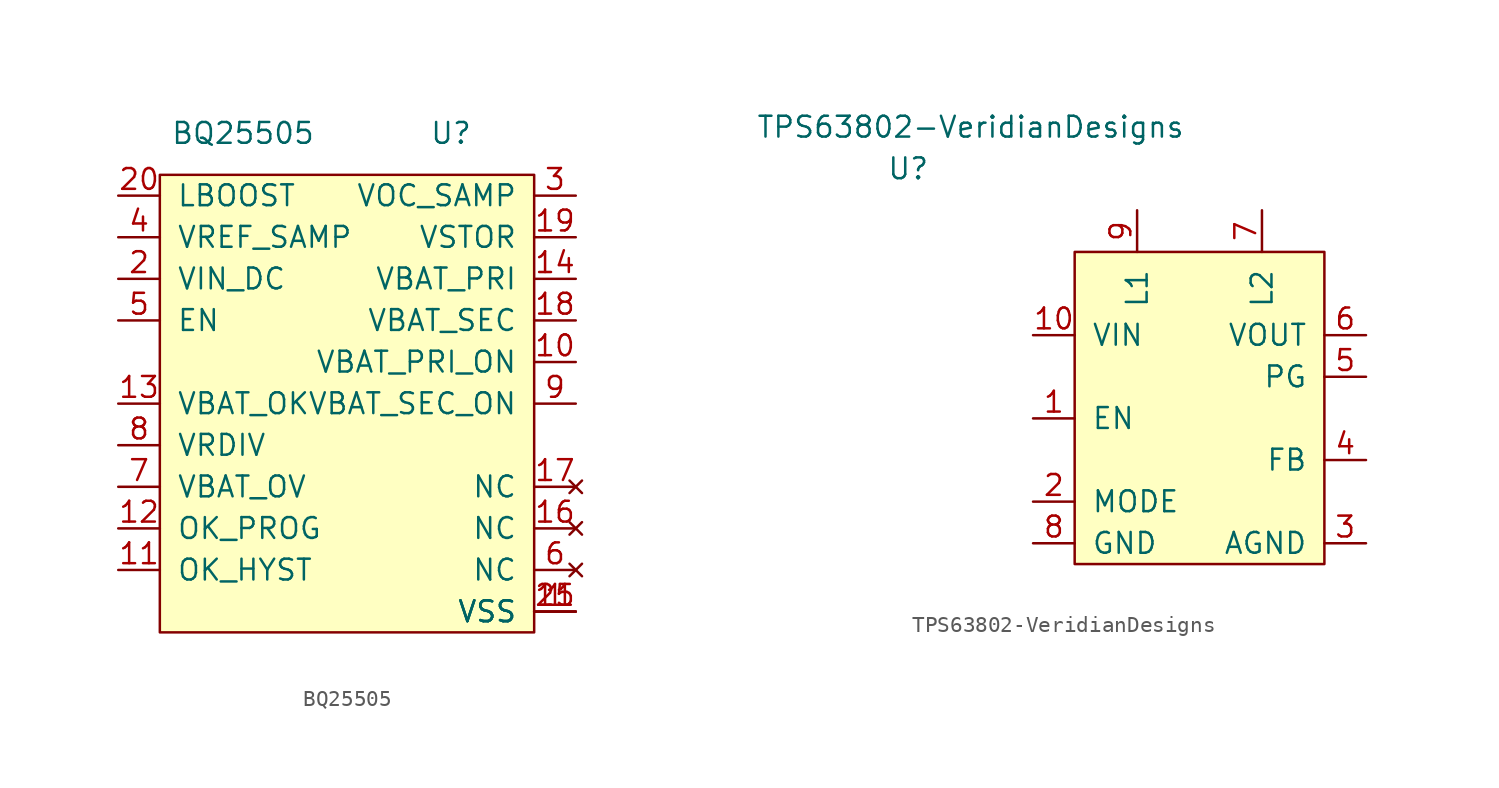
<source format=kicad_sym>
(kicad_symbol_lib
  (version 20211014)
  (generator kicad_symbol_editor)
  (symbol "BQ25505"
    (pin_names
      (offset 1.016))
    (property "Reference" "U"
      (at 17.78 30.48 0)
      (effects (font (size 1.27 1.27))))
    (property "Value" "BQ25505"
      (at 5.08 30.48 0)
      (effects (font (size 1.27 1.27))))
    (symbol "BQ25505_0_1"
      (rectangle (start 0 0) (end 22.86 27.94) (stroke (width 0) (type default) (color 0 0 0 0)) (fill (type background))))
    (symbol "BQ25505_1_1"
      (pin input line (at 25.4 1.27 180) (length 2.54) (name "VSS" (effects (font (size 1.27 1.27)))) (number "1" (effects (font (size 1.27 1.27)))))
      (pin input line (at 25.4 16.51 180) (length 2.54) (name "VBAT_PRI_ON" (effects (font (size 1.27 1.27)))) (number "10" (effects (font (size 1.27 1.27)))))
      (pin input line (at -2.54 3.81 0) (length 2.54) (name "OK_HYST" (effects (font (size 1.27 1.27)))) (number "11" (effects (font (size 1.27 1.27)))))
      (pin input line (at -2.54 6.35 0) (length 2.54) (name "OK_PROG" (effects (font (size 1.27 1.27)))) (number "12" (effects (font (size 1.27 1.27)))))
      (pin input line (at -2.54 13.97 0) (length 2.54) (name "VBAT_OK" (effects (font (size 1.27 1.27)))) (number "13" (effects (font (size 1.27 1.27)))))
      (pin input line (at 25.4 21.59 180) (length 2.54) (name "VBAT_PRI" (effects (font (size 1.27 1.27)))) (number "14" (effects (font (size 1.27 1.27)))))
      (pin input line (at 25.4 1.27 180) (length 2.54) (name "VSS" (effects (font (size 1.27 1.27)))) (number "15" (effects (font (size 1.27 1.27)))))
      (pin no_connect line (at 25.4 6.35 180) (length 2.54) (name "NC" (effects (font (size 1.27 1.27)))) (number "16" (effects (font (size 1.27 1.27)))))
      (pin no_connect line (at 25.4 8.89 180) (length 2.54) (name "NC" (effects (font (size 1.27 1.27)))) (number "17" (effects (font (size 1.27 1.27)))))
      (pin input line (at 25.4 19.05 180) (length 2.54) (name "VBAT_SEC" (effects (font (size 1.27 1.27)))) (number "18" (effects (font (size 1.27 1.27)))))
      (pin input line (at 25.4 24.13 180) (length 2.54) (name "VSTOR" (effects (font (size 1.27 1.27)))) (number "19" (effects (font (size 1.27 1.27)))))
      (pin input line (at -2.54 21.59 0) (length 2.54) (name "VIN_DC" (effects (font (size 1.27 1.27)))) (number "2" (effects (font (size 1.27 1.27)))))
      (pin input line (at -2.54 26.67 0) (length 2.54) (name "LBOOST" (effects (font (size 1.27 1.27)))) (number "20" (effects (font (size 1.27 1.27)))))
      (pin input line (at 25.4 1.27 180) (length 2.54) (name "VSS" (effects (font (size 1.27 1.27)))) (number "21" (effects (font (size 1.27 1.27)))))
      (pin input line (at 25.4 26.67 180) (length 2.54) (name "VOC_SAMP" (effects (font (size 1.27 1.27)))) (number "3" (effects (font (size 1.27 1.27)))))
      (pin input line (at -2.54 24.13 0) (length 2.54) (name "VREF_SAMP" (effects (font (size 1.27 1.27)))) (number "4" (effects (font (size 1.27 1.27)))))
      (pin input line (at -2.54 19.05 0) (length 2.54) (name "EN" (effects (font (size 1.27 1.27)))) (number "5" (effects (font (size 1.27 1.27)))))
      (pin no_connect line (at 25.4 3.81 180) (length 2.54) (name "NC" (effects (font (size 1.27 1.27)))) (number "6" (effects (font (size 1.27 1.27)))))
      (pin input line (at -2.54 8.89 0) (length 2.54) (name "VBAT_OV" (effects (font (size 1.27 1.27)))) (number "7" (effects (font (size 1.27 1.27)))))
      (pin input line (at -2.54 11.43 0) (length 2.54) (name "VRDIV" (effects (font (size 1.27 1.27)))) (number "8" (effects (font (size 1.27 1.27)))))
      (pin input line (at 25.4 13.97 180) (length 2.54) (name "VBAT_SEC_ON" (effects (font (size 1.27 1.27)))) (number "9" (effects (font (size 1.27 1.27)))))))
  (symbol "TPS63802-VeridianDesigns"
    (pin_names
      (offset 1.016))
    (property "Reference" "U"
      (at -10.16 24.13 0)
      (effects (font (size 1.27 1.27))))
    (property "Value" "TPS63802-VeridianDesigns"
      (at -6.35 26.67 0)
      (effects (font (size 1.27 1.27))))
    (symbol "TPS63802-VeridianDesigns_0_1"
      (rectangle (start 0 0) (end 15.24 19.05) (stroke (width 0) (type default) (color 0 0 0 0)) (fill (type background))))
    (symbol "TPS63802-VeridianDesigns_1_1"
      (pin input line (at -2.54 8.89 0) (length 2.54) (name "EN" (effects (font (size 1.27 1.27)))) (number "1" (effects (font (size 1.27 1.27)))))
      (pin input line (at -2.54 13.97 0) (length 2.54) (name "VIN" (effects (font (size 1.27 1.27)))) (number "10" (effects (font (size 1.27 1.27)))))
      (pin input line (at -2.54 3.81 0) (length 2.54) (name "MODE" (effects (font (size 1.27 1.27)))) (number "2" (effects (font (size 1.27 1.27)))))
      (pin input line (at 17.78 1.27 180) (length 2.54) (name "AGND" (effects (font (size 1.27 1.27)))) (number "3" (effects (font (size 1.27 1.27)))))
      (pin input line (at 17.78 6.35 180) (length 2.54) (name "FB" (effects (font (size 1.27 1.27)))) (number "4" (effects (font (size 1.27 1.27)))))
      (pin input line (at 17.78 11.43 180) (length 2.54) (name "PG" (effects (font (size 1.27 1.27)))) (number "5" (effects (font (size 1.27 1.27)))))
      (pin input line (at 17.78 13.97 180) (length 2.54) (name "VOUT" (effects (font (size 1.27 1.27)))) (number "6" (effects (font (size 1.27 1.27)))))
      (pin input line (at 11.43 21.59 270) (length 2.54) (name "L2" (effects (font (size 1.27 1.27)))) (number "7" (effects (font (size 1.27 1.27)))))
      (pin input line (at -2.54 1.27 0) (length 2.54) (name "GND" (effects (font (size 1.27 1.27)))) (number "8" (effects (font (size 1.27 1.27)))))
      (pin input line (at 3.81 21.59 270) (length 2.54) (name "L1" (effects (font (size 1.27 1.27)))) (number "9" (effects (font (size 1.27 1.27))))))))
</source>
